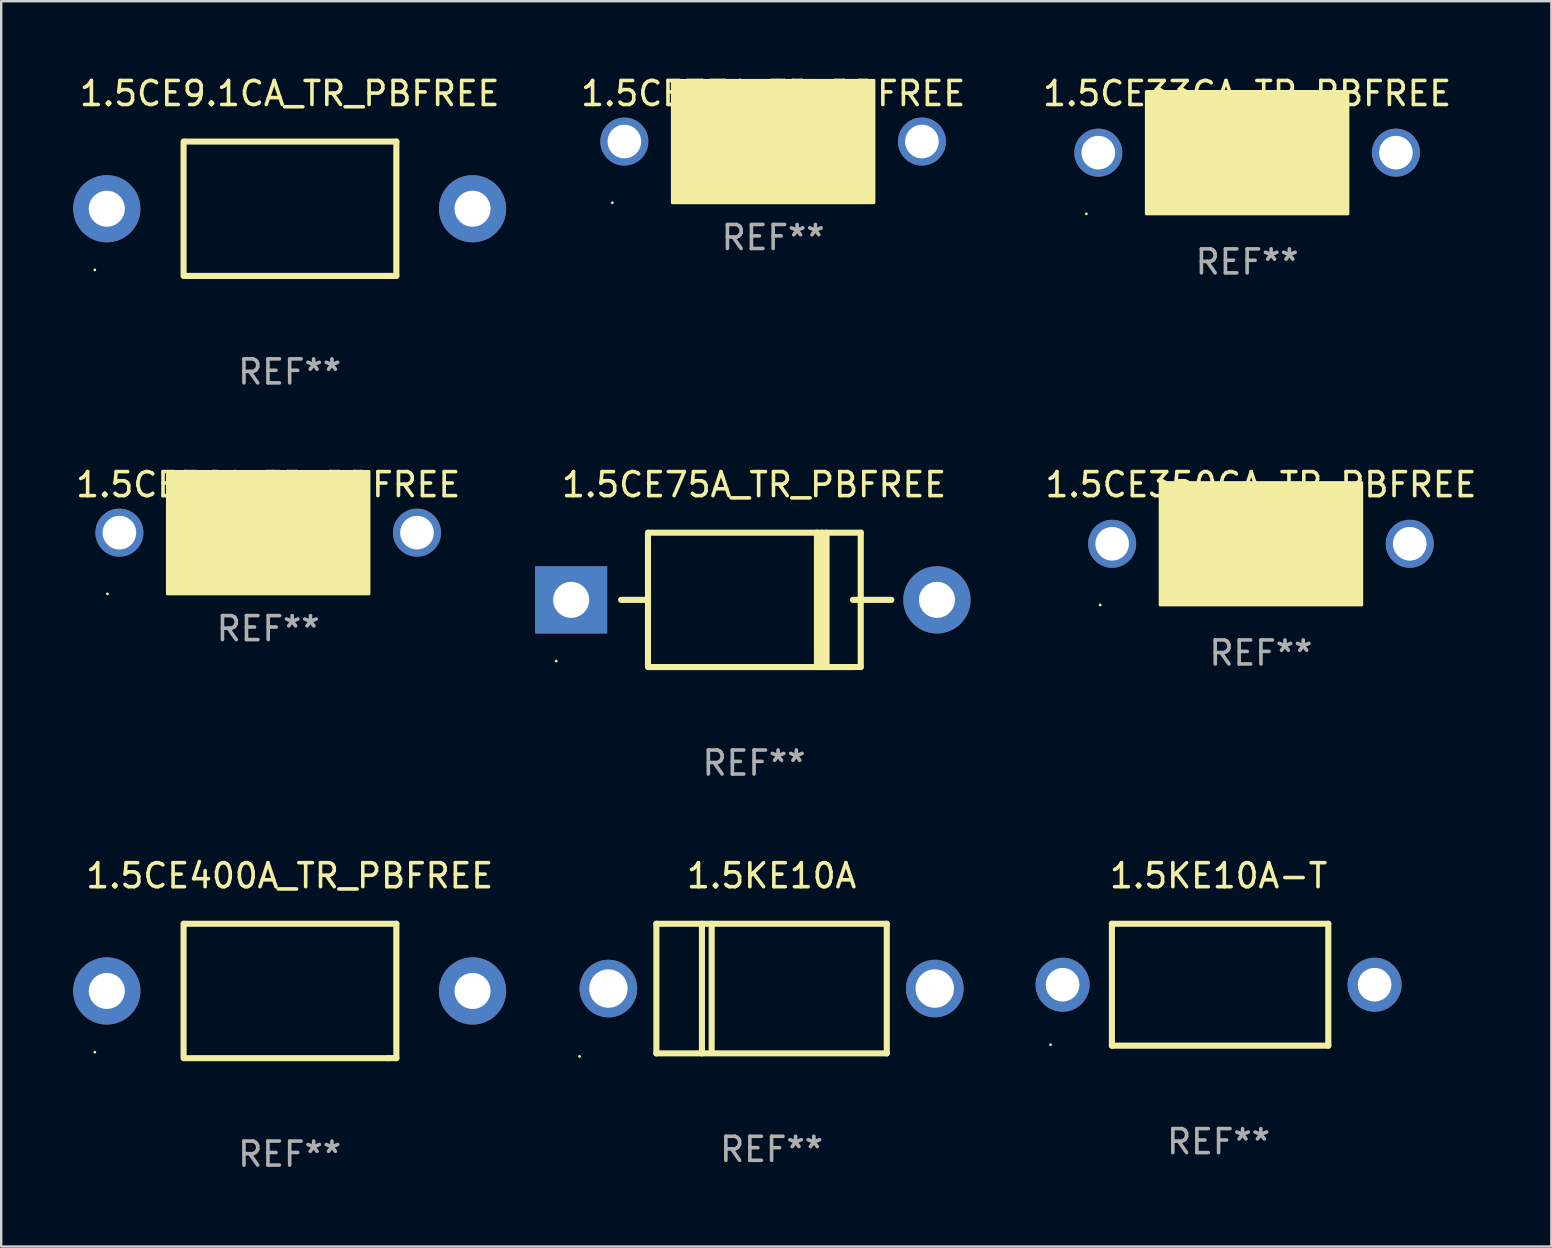
<source format=kicad_pcb>
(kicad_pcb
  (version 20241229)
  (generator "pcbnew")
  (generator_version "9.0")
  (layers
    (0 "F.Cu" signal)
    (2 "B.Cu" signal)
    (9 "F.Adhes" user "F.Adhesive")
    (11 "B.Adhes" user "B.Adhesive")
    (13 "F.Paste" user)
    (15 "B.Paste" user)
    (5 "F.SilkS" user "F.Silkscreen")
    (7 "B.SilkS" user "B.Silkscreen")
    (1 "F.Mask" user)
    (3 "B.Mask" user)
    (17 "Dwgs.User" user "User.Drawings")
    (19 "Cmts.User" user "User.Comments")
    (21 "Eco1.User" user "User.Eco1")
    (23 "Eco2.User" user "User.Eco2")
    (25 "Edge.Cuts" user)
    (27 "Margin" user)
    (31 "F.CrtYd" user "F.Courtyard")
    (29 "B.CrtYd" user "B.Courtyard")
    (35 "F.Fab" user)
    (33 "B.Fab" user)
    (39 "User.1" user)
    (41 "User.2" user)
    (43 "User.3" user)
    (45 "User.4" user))
  (footprint "1.5CE33CA_TR_PBFREE"
    (layer "F.Cu")
    (at 48.915 3.356)
    (property "Reference" "1.5CE33CA_TR_PBFREE" (at 0 -2.508 0) (layer "F.SilkS") (effects (font (size 1 1) (thickness 0.15))))
    (attr through_hole)
    (fp_line (start -1.498 0) (end 0.534 0) (stroke (width 0.254) (type solid)) (layer "F.SilkS"))
    (fp_line (start -0.99 -0.508) (end -0.99 0.508) (stroke (width 0.254) (type solid)) (layer "F.SilkS"))
    (fp_line (start -0.99 0.508) (end 0.026 0) (stroke (width 0.254) (type solid)) (layer "F.SilkS"))
    (fp_line (start 0.026 -0.508) (end 0.026 0.508) (stroke (width 0.254) (type solid)) (layer "F.SilkS"))
    (fp_line (start 0.026 0) (end -0.99 -0.508) (stroke (width 0.254) (type solid)) (layer "F.SilkS"))
    (fp_line (start 0.026 0) (end 0.026 -0.508) (stroke (width 0.254) (type solid)) (layer "F.SilkS"))
    (fp_line (start 0.038 0) (end 0.038 0.508) (stroke (width 0.254) (type solid)) (layer "F.SilkS"))
    (fp_line (start 0.038 0) (end 1.054 0.508) (stroke (width 0.254) (type solid)) (layer "F.SilkS"))
    (fp_line (start 0.038 0.508) (end 0.038 -0.508) (stroke (width 0.254) (type solid)) (layer "F.SilkS"))
    (fp_line (start 1.054 -0.508) (end 0.038 0) (stroke (width 0.254) (type solid)) (layer "F.SilkS"))
    (fp_line (start 1.054 0.508) (end 1.054 -0.508) (stroke (width 0.254) (type solid)) (layer "F.SilkS"))
    (fp_line (start 1.562 0) (end -0.47 0) (stroke (width 0.254) (type solid)) (layer "F.SilkS"))
    (fp_circle (center -6.7 2.505) (end -6.67 2.505) (stroke (width 0.06) (type solid)) (fill no) (layer "F.SilkS"))
    (fp_poly (pts (xy -4.2 -2.595) (xy 4.2 -2.595) (xy 4.2 2.505) (xy -4.2 2.505)) (stroke (width 0.12) (type solid)) (fill yes) (layer "F.SilkS"))
    (fp_text user "REF**" (at 0 4.508 0) (layer "F.Fab") (effects (font (size 1 1) (thickness 0.15))))
    (pad "1" thru_hole circle (at -6.2 -0.045) (size 2 2) (drill 1.4) (layers "*.Cu" "*.Mask"))
    (pad "2" thru_hole circle (at 6.2 -0.045) (size 2 2) (drill 1.4) (layers "*.Cu" "*.Mask")))
  (footprint "1.5CE33A_TR_PBFREE"
    (layer "F.Cu")
    (at 29.165 2.848)
    (property "Reference" "1.5CE33A_TR_PBFREE" (at 0 -2 0) (layer "F.SilkS") (effects (font (size 1 1) (thickness 0.15))))
    (attr through_hole)
    (fp_circle (center -6.7 2.55) (end -6.67 2.55) (stroke (width 0.06) (type solid)) (fill no) (layer "F.SilkS"))
    (fp_poly (pts (xy -4.2 -2.55) (xy 4.2 -2.55) (xy 4.2 2.55) (xy -4.2 2.55)) (stroke (width 0.12) (type solid)) (fill yes) (layer "F.SilkS"))
    (fp_text user "REF**" (at 0 4 0) (layer "F.Fab") (effects (font (size 1 1) (thickness 0.15))))
    (pad "1" thru_hole circle (at -6.2 0) (size 2 2) (drill 1.4) (layers "*.Cu" "*.Mask"))
    (pad "2" thru_hole circle (at 6.2 0) (size 2 2) (drill 1.4) (layers "*.Cu" "*.Mask")))
  (footprint "1.5KE10A"
    (layer "F.Cu")
    (at 29.1 38.141)
    (property "Reference" "1.5KE10A" (at 0 -4.7 0) (layer "F.SilkS") (effects (font (size 1 1) (thickness 0.15))))
    (attr through_hole)
    (fp_line (start -4.8 -2.7) (end -4.8 2.7) (stroke (width 0.254) (type solid)) (layer "F.SilkS"))
    (fp_line (start -4.8 -2.7) (end 4.8 -2.7) (stroke (width 0.254) (type solid)) (layer "F.SilkS"))
    (fp_line (start -2.902 -2.7) (end -2.902 2.7) (stroke (width 0.254) (type solid)) (layer "F.SilkS"))
    (fp_line (start -2.496 -2.7) (end -2.496 2.54) (stroke (width 0.254) (type solid)) (layer "F.SilkS"))
    (fp_line (start 4.8 -2.7) (end 4.8 2.7) (stroke (width 0.254) (type solid)) (layer "F.SilkS"))
    (fp_line (start 4.8 2.7) (end -4.8 2.7) (stroke (width 0.254) (type solid)) (layer "F.SilkS"))
    (fp_circle (center -8 2.827) (end -7.97 2.827) (stroke (width 0.06) (type solid)) (fill no) (layer "F.SilkS"))
    (fp_text user "REF**" (at 0 6.7 0) (layer "F.Fab") (effects (font (size 1 1) (thickness 0.15))))
    (pad "1" thru_hole circle (at -6.8 0) (size 2.4 2.4) (drill 1.6) (layers "*.Cu" "*.Mask"))
    (pad "2" thru_hole circle (at 6.8 0) (size 2.4 2.4) (drill 1.6) (layers "*.Cu" "*.Mask")))
  (footprint "1.5CE350CA_TR_PBFREE"
    (layer "F.Cu")
    (at 49.491 19.653)
    (property "Reference" "1.5CE350CA_TR_PBFREE" (at 0 -2.508 0) (layer "F.SilkS") (effects (font (size 1 1) (thickness 0.15))))
    (attr through_hole)
    (fp_line (start -1.498 0) (end 0.534 0) (stroke (width 0.254) (type solid)) (layer "F.SilkS"))
    (fp_line (start -0.99 -0.508) (end -0.99 0.508) (stroke (width 0.254) (type solid)) (layer "F.SilkS"))
    (fp_line (start -0.99 0.508) (end 0.026 0) (stroke (width 0.254) (type solid)) (layer "F.SilkS"))
    (fp_line (start 0.026 -0.508) (end 0.026 0.508) (stroke (width 0.254) (type solid)) (layer "F.SilkS"))
    (fp_line (start 0.026 0) (end -0.99 -0.508) (stroke (width 0.254) (type solid)) (layer "F.SilkS"))
    (fp_line (start 0.026 0) (end 0.026 -0.508) (stroke (width 0.254) (type solid)) (layer "F.SilkS"))
    (fp_line (start 0.038 0) (end 0.038 0.508) (stroke (width 0.254) (type solid)) (layer "F.SilkS"))
    (fp_line (start 0.038 0) (end 1.054 0.508) (stroke (width 0.254) (type solid)) (layer "F.SilkS"))
    (fp_line (start 0.038 0.508) (end 0.038 -0.508) (stroke (width 0.254) (type solid)) (layer "F.SilkS"))
    (fp_line (start 1.054 -0.508) (end 0.038 0) (stroke (width 0.254) (type solid)) (layer "F.SilkS"))
    (fp_line (start 1.054 0.508) (end 1.054 -0.508) (stroke (width 0.254) (type solid)) (layer "F.SilkS"))
    (fp_line (start 1.562 0) (end -0.47 0) (stroke (width 0.254) (type solid)) (layer "F.SilkS"))
    (fp_circle (center -6.7 2.505) (end -6.67 2.505) (stroke (width 0.06) (type solid)) (fill no) (layer "F.SilkS"))
    (fp_poly (pts (xy -4.2 -2.595) (xy 4.2 -2.595) (xy 4.2 2.505) (xy -4.2 2.505)) (stroke (width 0.12) (type solid)) (fill yes) (layer "F.SilkS"))
    (fp_text user "REF**" (at 0 4.508 0) (layer "F.Fab") (effects (font (size 1 1) (thickness 0.15))))
    (pad "1" thru_hole circle (at -6.2 -0.045) (size 2 2) (drill 1.4) (layers "*.Cu" "*.Mask"))
    (pad "2" thru_hole circle (at 6.2 -0.045) (size 2 2) (drill 1.4) (layers "*.Cu" "*.Mask")))
  (footprint "1.5KE10A-T"
    (layer "F.Cu")
    (at 47.725 37.981)
    (property "Reference" "1.5KE10A-T" (at 0 -4.54 0) (layer "F.SilkS") (effects (font (size 1 1) (thickness 0.15))))
    (attr through_hole)
    (fp_line (start -4.445 -2.54) (end -4.445 2.54) (stroke (width 0.254) (type solid)) (layer "F.SilkS"))
    (fp_line (start -4.445 2.54) (end 4.572 2.54) (stroke (width 0.254) (type solid)) (layer "F.SilkS"))
    (fp_line (start 4.572 -2.54) (end -4.445 -2.54) (stroke (width 0.254) (type solid)) (layer "F.SilkS"))
    (fp_line (start 4.572 2.54) (end 4.572 -2.54) (stroke (width 0.254) (type solid)) (layer "F.SilkS"))
    (fp_circle (center -7.002 2.5) (end -6.972 2.5) (stroke (width 0.06) (type solid)) (fill no) (layer "F.SilkS"))
    (fp_text user "REF**" (at 0 6.54 0) (layer "F.Fab") (effects (font (size 1 1) (thickness 0.15))))
    (pad "1" thru_hole circle (at -6.5 0) (size 2.25 2.25) (drill 1.4) (layers "*.Cu" "*.Mask"))
    (pad "2" thru_hole circle (at 6.5 0) (size 2.25 2.25) (drill 1.4) (layers "*.Cu" "*.Mask")))
  (footprint "1.5CE400A_TR_PBFREE"
    (layer "F.Cu")
    (at 9.02 38.241)
    (property "Reference" "1.5CE400A_TR_PBFREE" (at 0 -4.8 0) (layer "F.SilkS") (effects (font (size 1 1) (thickness 0.15))))
    (attr through_hole)
    (fp_line (start -4.42 2.8) (end -4.42 -2.8) (stroke (width 0.254) (type solid)) (layer "F.SilkS"))
    (fp_line (start -4.379 -2.799) (end 4.445 -2.799) (stroke (width 0.254) (type solid)) (layer "F.SilkS"))
    (fp_line (start 4.12 2.8) (end -4.38 2.8) (stroke (width 0.254) (type solid)) (layer "F.SilkS"))
    (fp_line (start 4.445 -2.799) (end 4.445 2.799) (stroke (width 0.254) (type solid)) (layer "F.SilkS"))
    (fp_line (start 4.445 2.799) (end 4.12 2.799) (stroke (width 0.254) (type solid)) (layer "F.SilkS"))
    (fp_circle (center -8.12 2.55) (end -8.09 2.55) (stroke (width 0.06) (type solid)) (fill no) (layer "F.SilkS"))
    (fp_text user "REF**" (at 0 6.8 0) (layer "F.Fab") (effects (font (size 1 1) (thickness 0.15))))
    (pad "1" thru_hole circle (at -7.62 0) (size 2.8 2.8) (drill 1.5) (layers "*.Cu" "*.Mask"))
    (pad "2" thru_hole circle (at 7.62 0) (size 2.8 2.8) (drill 1.5) (layers "*.Cu" "*.Mask")))
  (footprint "1.5CE75A_TR_PBFREE"
    (layer "F.Cu")
    (at 28.37 21.945)
    (property "Reference" "1.5CE75A_TR_PBFREE" (at 0 -4.8 0) (layer "F.SilkS") (effects (font (size 1 1) (thickness 0.15))))
    (attr through_hole)
    (fp_line (start -5.54 0) (end -4.44 0) (stroke (width 0.254) (type solid)) (layer "F.SilkS"))
    (fp_line (start -4.42 2.8) (end -4.42 -2.8) (stroke (width 0.254) (type solid)) (layer "F.SilkS"))
    (fp_line (start -4.379 -2.799) (end 4.445 -2.799) (stroke (width 0.254) (type solid)) (layer "F.SilkS"))
    (fp_line (start 2.62 -2.8) (end 2.62 2.8) (stroke (width 0.254) (type solid)) (layer "F.SilkS"))
    (fp_line (start 2.82 -2.8) (end 2.82 2.8) (stroke (width 0.254) (type solid)) (layer "F.SilkS"))
    (fp_line (start 3.02 -2.8) (end 3.02 2.8) (stroke (width 0.254) (type solid)) (layer "F.SilkS"))
    (fp_line (start 4.12 0) (end 5.72 0) (stroke (width 0.254) (type solid)) (layer "F.SilkS"))
    (fp_line (start 4.12 2.8) (end -4.38 2.8) (stroke (width 0.254) (type solid)) (layer "F.SilkS"))
    (fp_line (start 4.445 -2.799) (end 4.445 2.799) (stroke (width 0.254) (type solid)) (layer "F.SilkS"))
    (fp_line (start 4.445 2.799) (end 4.12 2.799) (stroke (width 0.254) (type solid)) (layer "F.SilkS"))
    (fp_circle (center -8.245 2.55) (end -8.215 2.55) (stroke (width 0.06) (type solid)) (fill no) (layer "F.SilkS"))
    (fp_text user "REF**" (at 0 6.8 0) (layer "F.Fab") (effects (font (size 1 1) (thickness 0.15))))
    (pad "1" thru_hole rect (at -7.62 0 180) (size 3 2.8) (drill 1.5) (layers "*.Cu" "*.Mask"))
    (pad "2" thru_hole circle (at 7.62 0) (size 2.8 2.8) (drill 1.5) (layers "*.Cu" "*.Mask")))
  (footprint "1.5CE9.1CA_TR_PBFREE"
    (layer "F.Cu")
    (at 9.02 5.648)
    (property "Reference" "1.5CE9.1CA_TR_PBFREE" (at 0 -4.8 0) (layer "F.SilkS") (effects (font (size 1 1) (thickness 0.15))))
    (attr through_hole)
    (fp_line (start -4.42 2.8) (end -4.42 -2.8) (stroke (width 0.254) (type solid)) (layer "F.SilkS"))
    (fp_line (start -4.379 -2.799) (end 4.445 -2.799) (stroke (width 0.254) (type solid)) (layer "F.SilkS"))
    (fp_line (start 4.12 2.8) (end -4.38 2.8) (stroke (width 0.254) (type solid)) (layer "F.SilkS"))
    (fp_line (start 4.445 -2.799) (end 4.445 2.799) (stroke (width 0.254) (type solid)) (layer "F.SilkS"))
    (fp_line (start 4.445 2.799) (end 4.12 2.799) (stroke (width 0.254) (type solid)) (layer "F.SilkS"))
    (fp_circle (center -8.12 2.55) (end -8.09 2.55) (stroke (width 0.06) (type solid)) (fill no) (layer "F.SilkS"))
    (fp_text user "REF**" (at 0 6.8 0) (layer "F.Fab") (effects (font (size 1 1) (thickness 0.15))))
    (pad "1" thru_hole circle (at -7.62 0) (size 2.8 2.8) (drill 1.5) (layers "*.Cu" "*.Mask"))
    (pad "2" thru_hole circle (at 7.62 0) (size 2.8 2.8) (drill 1.5) (layers "*.Cu" "*.Mask")))
  (footprint "1.5CE56A_TR_PBFREE"
    (layer "F.Cu")
    (at 8.125 19.145)
    (property "Reference" "1.5CE56A_TR_PBFREE" (at 0 -2 0) (layer "F.SilkS") (effects (font (size 1 1) (thickness 0.15))))
    (attr through_hole)
    (fp_circle (center -6.7 2.55) (end -6.67 2.55) (stroke (width 0.06) (type solid)) (fill no) (layer "F.SilkS"))
    (fp_poly (pts (xy -4.2 -2.55) (xy 4.2 -2.55) (xy 4.2 2.55) (xy -4.2 2.55)) (stroke (width 0.12) (type solid)) (fill yes) (layer "F.SilkS"))
    (fp_text user "REF**" (at 0 4 0) (layer "F.Fab") (effects (font (size 1 1) (thickness 0.15))))
    (pad "1" thru_hole circle (at -6.2 0) (size 2 2) (drill 1.4) (layers "*.Cu" "*.Mask"))
    (pad "2" thru_hole circle (at 6.2 0) (size 2 2) (drill 1.4) (layers "*.Cu" "*.Mask")))
  (gr_rect
    (start -3 -3)
    (end 61.592 48.89)
    (stroke (width 0.1) (type default))
    (fill no)
    (layer "Edge.Cuts")))
</source>
